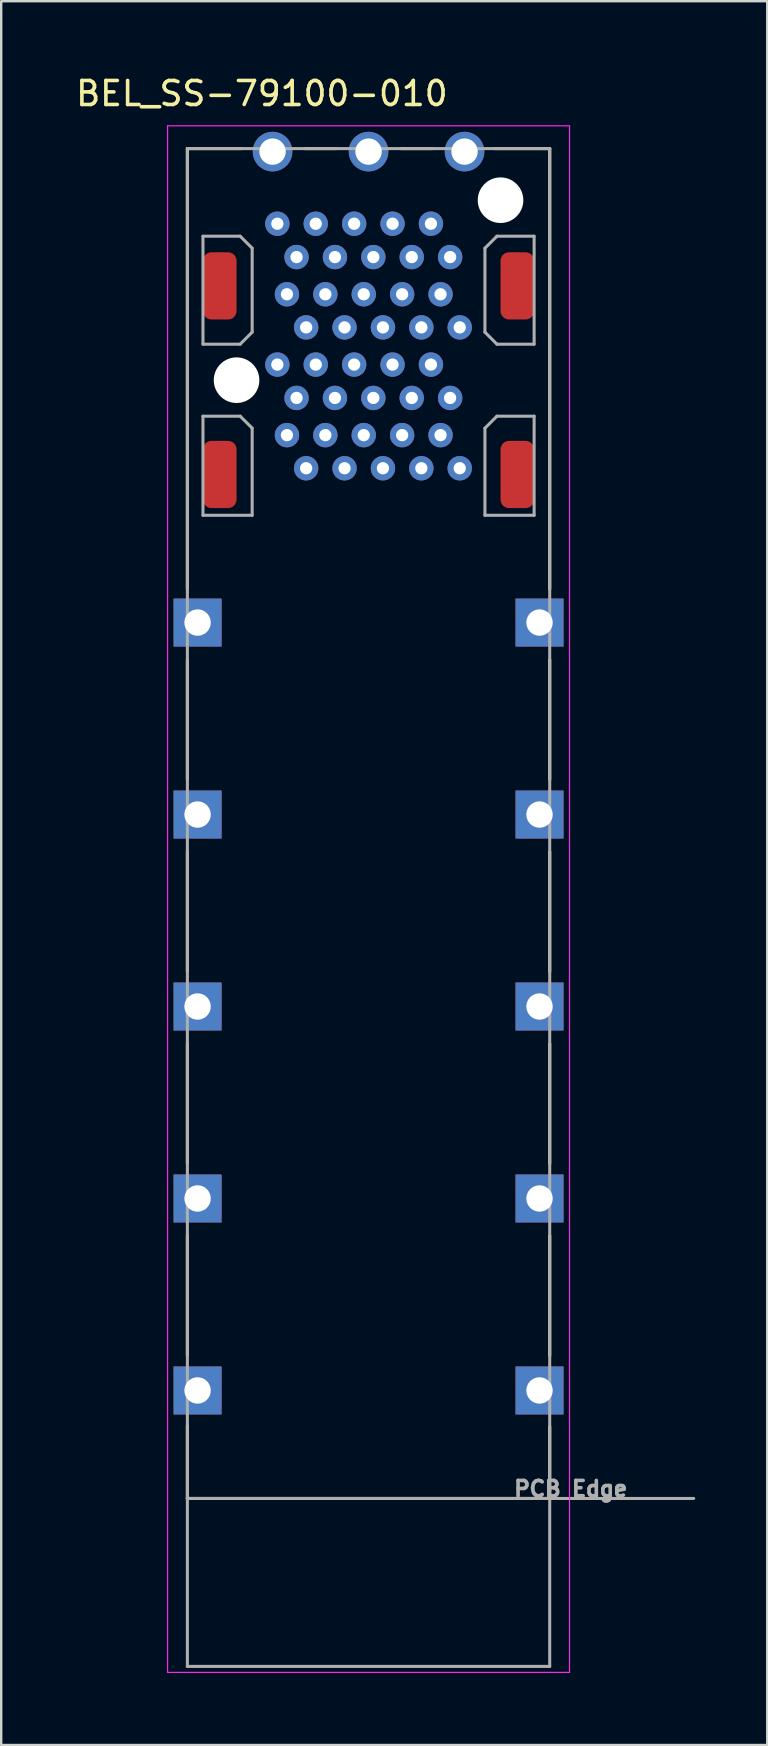
<source format=kicad_pcb>
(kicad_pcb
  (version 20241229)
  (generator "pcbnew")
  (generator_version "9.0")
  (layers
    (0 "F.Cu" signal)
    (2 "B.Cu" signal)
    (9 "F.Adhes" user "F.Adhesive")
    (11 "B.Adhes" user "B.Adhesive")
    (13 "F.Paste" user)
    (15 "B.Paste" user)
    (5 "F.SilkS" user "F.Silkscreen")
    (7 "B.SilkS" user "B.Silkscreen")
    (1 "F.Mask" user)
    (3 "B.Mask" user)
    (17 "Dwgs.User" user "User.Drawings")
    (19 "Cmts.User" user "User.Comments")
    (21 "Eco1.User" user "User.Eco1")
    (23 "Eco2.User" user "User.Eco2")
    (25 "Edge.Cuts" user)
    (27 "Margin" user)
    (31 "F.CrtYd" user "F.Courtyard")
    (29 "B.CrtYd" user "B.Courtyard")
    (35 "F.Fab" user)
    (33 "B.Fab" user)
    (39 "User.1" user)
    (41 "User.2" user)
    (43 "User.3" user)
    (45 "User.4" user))
  (footprint "BEL_SS-79100-010"
    (layer "F.Cu")
    (at 12.308 5.293)
    (property "Reference" "BEL_SS-79100-010" (at -4.445 -4.445 0) (layer "F.SilkS") (effects (font (size 1 1) (thickness 0.15))))
    (attr through_hole)
    (fp_line (start -7.55 -2.15) (end -7.55 16.2) (stroke (width 0.127) (type solid)) (layer "F.SilkS"))
    (fp_line (start -7.55 19.15) (end -7.55 24.15) (stroke (width 0.127) (type solid)) (layer "F.SilkS"))
    (fp_line (start -7.55 27.15) (end -7.55 32.15) (stroke (width 0.127) (type solid)) (layer "F.SilkS"))
    (fp_line (start -7.55 35.15) (end -7.55 40.15) (stroke (width 0.127) (type solid)) (layer "F.SilkS"))
    (fp_line (start -7.55 43.15) (end -7.55 48.15) (stroke (width 0.127) (type solid)) (layer "F.SilkS"))
    (fp_line (start -7.55 51.05) (end -7.55 54.1) (stroke (width 0.127) (type solid)) (layer "F.SilkS"))
    (fp_line (start -7.55 54.1) (end 7.55 54.1) (stroke (width 0.127) (type solid)) (layer "F.SilkS"))
    (fp_line (start -5.3 -2.15) (end -7.55 -2.15) (stroke (width 0.127) (type solid)) (layer "F.SilkS"))
    (fp_line (start -2.65 -2.15) (end -1.35 -2.15) (stroke (width 0.127) (type solid)) (layer "F.SilkS"))
    (fp_line (start 1.35 -2.15) (end 2.65 -2.15) (stroke (width 0.127) (type solid)) (layer "F.SilkS"))
    (fp_line (start 7.55 -2.15) (end 5.25 -2.15) (stroke (width 0.127) (type solid)) (layer "F.SilkS"))
    (fp_line (start 7.55 -2.15) (end 7.55 16.2) (stroke (width 0.127) (type solid)) (layer "F.SilkS"))
    (fp_line (start 7.55 19.15) (end 7.55 24.15) (stroke (width 0.127) (type solid)) (layer "F.SilkS"))
    (fp_line (start 7.55 27.15) (end 7.55 32.15) (stroke (width 0.127) (type solid)) (layer "F.SilkS"))
    (fp_line (start 7.55 35.15) (end 7.55 40.15) (stroke (width 0.127) (type solid)) (layer "F.SilkS"))
    (fp_line (start 7.55 43.15) (end 7.55 48.15) (stroke (width 0.127) (type solid)) (layer "F.SilkS"))
    (fp_line (start 7.55 54.1) (end 7.55 51.1) (stroke (width 0.127) (type solid)) (layer "F.SilkS"))
    (fp_line (start -8.375 -3.1) (end 8.375 -3.1) (stroke (width 0.05) (type solid)) (layer "F.CrtYd"))
    (fp_line (start -8.375 61.35) (end -8.375 -3.1) (stroke (width 0.05) (type solid)) (layer "F.CrtYd"))
    (fp_line (start 8.375 -3.1) (end 8.375 61.35) (stroke (width 0.05) (type solid)) (layer "F.CrtYd"))
    (fp_line (start 8.375 61.35) (end -8.375 61.35) (stroke (width 0.05) (type solid)) (layer "F.CrtYd"))
    (fp_line (start -7.55 -2.15) (end 7.55 -2.15) (stroke (width 0.127) (type solid)) (layer "F.Fab"))
    (fp_line (start -7.55 54.1) (end -7.55 -2.15) (stroke (width 0.127) (type solid)) (layer "F.Fab"))
    (fp_line (start -7.55 54.1) (end 13.55 54.1) (stroke (width 0.127) (type solid)) (layer "F.Fab"))
    (fp_line (start -7.55 61.1) (end -7.55 54.1) (stroke (width 0.127) (type solid)) (layer "F.Fab"))
    (fp_line (start -6.9 1.5) (end -6.9 6) (stroke (width 0.127) (type solid)) (layer "F.Fab"))
    (fp_line (start -6.9 6) (end -5.35 6) (stroke (width 0.127) (type solid)) (layer "F.Fab"))
    (fp_line (start -6.9 9) (end -6.9 13.13) (stroke (width 0.127) (type solid)) (layer "F.Fab"))
    (fp_line (start -6.9 13.13) (end -4.85 13.13) (stroke (width 0.127) (type solid)) (layer "F.Fab"))
    (fp_line (start -5.35 1.5) (end -6.9 1.5) (stroke (width 0.127) (type solid)) (layer "F.Fab"))
    (fp_line (start -5.35 6) (end -4.85 5.5) (stroke (width 0.127) (type solid)) (layer "F.Fab"))
    (fp_line (start -5.35 9) (end -6.9 9) (stroke (width 0.127) (type solid)) (layer "F.Fab"))
    (fp_line (start -4.85 2) (end -5.35 1.5) (stroke (width 0.127) (type solid)) (layer "F.Fab"))
    (fp_line (start -4.85 5.5) (end -4.85 2) (stroke (width 0.127) (type solid)) (layer "F.Fab"))
    (fp_line (start -4.85 9.5) (end -5.35 9) (stroke (width 0.127) (type solid)) (layer "F.Fab"))
    (fp_line (start -4.85 13.13) (end -4.85 9.5) (stroke (width 0.127) (type solid)) (layer "F.Fab"))
    (fp_line (start 4.85 2) (end 5.35 1.5) (stroke (width 0.127) (type solid)) (layer "F.Fab"))
    (fp_line (start 4.85 5.5) (end 4.85 2) (stroke (width 0.127) (type solid)) (layer "F.Fab"))
    (fp_line (start 4.85 9.5) (end 5.35 9) (stroke (width 0.127) (type solid)) (layer "F.Fab"))
    (fp_line (start 4.85 13.13) (end 4.85 9.5) (stroke (width 0.127) (type solid)) (layer "F.Fab"))
    (fp_line (start 5.35 1.5) (end 6.9 1.5) (stroke (width 0.127) (type solid)) (layer "F.Fab"))
    (fp_line (start 5.35 6) (end 4.85 5.5) (stroke (width 0.127) (type solid)) (layer "F.Fab"))
    (fp_line (start 5.35 9) (end 6.9 9) (stroke (width 0.127) (type solid)) (layer "F.Fab"))
    (fp_line (start 6.9 1.5) (end 6.9 6) (stroke (width 0.127) (type solid)) (layer "F.Fab"))
    (fp_line (start 6.9 6) (end 5.35 6) (stroke (width 0.127) (type solid)) (layer "F.Fab"))
    (fp_line (start 6.9 9) (end 6.9 13.13) (stroke (width 0.127) (type solid)) (layer "F.Fab"))
    (fp_line (start 6.9 13.13) (end 4.85 13.13) (stroke (width 0.127) (type solid)) (layer "F.Fab"))
    (fp_line (start 7.55 -2.15) (end 7.55 61.1) (stroke (width 0.127) (type solid)) (layer "F.Fab"))
    (fp_line (start 7.55 61.1) (end -7.55 61.1) (stroke (width 0.127) (type solid)) (layer "F.Fab"))
    (fp_text user "PCB Edge" (at 8.425 53.7 0) (layer "F.Fab") (effects (font (size 0.64 0.64) (thickness 0.15))))
    (pad "" np_thru_hole circle (at -5.5 7.5) (size 1.9 1.9) (drill 1.9) (layers "*.Cu" "*.Mask"))
    (pad "" np_thru_hole circle (at 5.5 0) (size 1.9 1.9) (drill 1.9) (layers "*.Cu" "*.Mask"))
    (pad "1" smd roundrect (at -6.2 11.43) (size 1.4 2.8) (layers "F.Cu" "F.Mask" "F.Paste") (roundrect_rratio 0.25))
    (pad "2" smd roundrect (at -6.2 3.57) (size 1.4 2.8) (layers "F.Cu" "F.Mask" "F.Paste") (roundrect_rratio 0.25))
    (pad "3" smd roundrect (at 6.2 3.57) (size 1.4 2.8) (layers "F.Cu" "F.Mask" "F.Paste") (roundrect_rratio 0.25))
    (pad "4" smd roundrect (at 6.2 11.43) (size 1.4 2.8) (layers "F.Cu" "F.Mask" "F.Paste") (roundrect_rratio 0.25))
    (pad "L1" thru_hole circle (at 3.4 8.24) (size 1.018 1.018) (drill 0.51) (layers "*.Cu" "*.Mask"))
    (pad "L2" thru_hole circle (at 2.6 6.85) (size 1.018 1.018) (drill 0.51) (layers "*.Cu" "*.Mask"))
    (pad "L3" thru_hole circle (at 1.8 8.24) (size 1.018 1.018) (drill 0.51) (layers "*.Cu" "*.Mask"))
    (pad "L4" thru_hole circle (at 1 6.85) (size 1.018 1.018) (drill 0.51) (layers "*.Cu" "*.Mask"))
    (pad "L5" thru_hole circle (at 0.2 8.24) (size 1.018 1.018) (drill 0.51) (layers "*.Cu" "*.Mask"))
    (pad "L6" thru_hole circle (at -0.6 6.85) (size 1.018 1.018) (drill 0.51) (layers "*.Cu" "*.Mask"))
    (pad "L7" thru_hole circle (at -1.4 8.24) (size 1.018 1.018) (drill 0.51) (layers "*.Cu" "*.Mask"))
    (pad "L8" thru_hole circle (at -2.2 6.85) (size 1.018 1.018) (drill 0.51) (layers "*.Cu" "*.Mask"))
    (pad "L9" thru_hole circle (at -3 8.24) (size 1.018 1.018) (drill 0.51) (layers "*.Cu" "*.Mask"))
    (pad "L10" thru_hole circle (at -3.8 6.85) (size 1.018 1.018) (drill 0.51) (layers "*.Cu" "*.Mask"))
    (pad "L11" thru_hole circle (at -3.4 9.79) (size 1.018 1.018) (drill 0.51) (layers "*.Cu" "*.Mask"))
    (pad "L12" thru_hole circle (at -2.6 11.17) (size 1.018 1.018) (drill 0.51) (layers "*.Cu" "*.Mask"))
    (pad "L13" thru_hole circle (at -1.8 9.79) (size 1.018 1.018) (drill 0.51) (layers "*.Cu" "*.Mask"))
    (pad "L14" thru_hole circle (at -1 11.17) (size 1.018 1.018) (drill 0.51) (layers "*.Cu" "*.Mask"))
    (pad "L15" thru_hole circle (at -0.2 9.79) (size 1.018 1.018) (drill 0.51) (layers "*.Cu" "*.Mask"))
    (pad "L16" thru_hole circle (at 0.6 11.17) (size 1.018 1.018) (drill 0.51) (layers "*.Cu" "*.Mask"))
    (pad "L17" thru_hole circle (at 1.4 9.79) (size 1.018 1.018) (drill 0.51) (layers "*.Cu" "*.Mask"))
    (pad "L18" thru_hole circle (at 2.2 11.17) (size 1.018 1.018) (drill 0.51) (layers "*.Cu" "*.Mask"))
    (pad "L19" thru_hole circle (at 3 9.79) (size 1.018 1.018) (drill 0.51) (layers "*.Cu" "*.Mask"))
    (pad "L20" thru_hole circle (at 3.8 11.17) (size 1.018 1.018) (drill 0.51) (layers "*.Cu" "*.Mask"))
    (pad "S1" thru_hole circle (at -4 -2.025) (size 1.65 1.65) (drill 1.1) (layers "*.Cu" "*.Mask"))
    (pad "S2" thru_hole circle (at 0 -2.025) (size 1.65 1.65) (drill 1.1) (layers "*.Cu" "*.Mask"))
    (pad "S3" thru_hole circle (at 4 -2.025) (size 1.65 1.65) (drill 1.1) (layers "*.Cu" "*.Mask"))
    (pad "S4" thru_hole rect (at 7.125 17.6) (size 2 2) (drill 1.1) (layers "*.Cu" "*.Mask"))
    (pad "S5" thru_hole rect (at 7.125 25.6) (size 2 2) (drill 1.1) (layers "*.Cu" "*.Mask"))
    (pad "S6" thru_hole rect (at 7.125 33.6) (size 2 2) (drill 1.1) (layers "*.Cu" "*.Mask"))
    (pad "S7" thru_hole rect (at 7.125 41.6) (size 2 2) (drill 1.1) (layers "*.Cu" "*.Mask"))
    (pad "S8" thru_hole rect (at 7.125 49.6) (size 2 2) (drill 1.1) (layers "*.Cu" "*.Mask"))
    (pad "S9" thru_hole rect (at -7.125 49.6) (size 2 2) (drill 1.1) (layers "*.Cu" "*.Mask"))
    (pad "S10" thru_hole rect (at -7.125 41.6) (size 2 2) (drill 1.1) (layers "*.Cu" "*.Mask"))
    (pad "S11" thru_hole rect (at -7.125 33.6) (size 2 2) (drill 1.1) (layers "*.Cu" "*.Mask"))
    (pad "S12" thru_hole rect (at -7.125 25.6) (size 2 2) (drill 1.1) (layers "*.Cu" "*.Mask"))
    (pad "S13" thru_hole rect (at -7.125 17.6) (size 2 2) (drill 1.1) (layers "*.Cu" "*.Mask"))
    (pad "T1" thru_hole circle (at -3.4 3.92) (size 1.018 1.018) (drill 0.51) (layers "*.Cu" "*.Mask"))
    (pad "T2" thru_hole circle (at -2.6 5.3) (size 1.018 1.018) (drill 0.51) (layers "*.Cu" "*.Mask"))
    (pad "T3" thru_hole circle (at -1.8 3.92) (size 1.018 1.018) (drill 0.51) (layers "*.Cu" "*.Mask"))
    (pad "T4" thru_hole circle (at -1 5.3) (size 1.018 1.018) (drill 0.51) (layers "*.Cu" "*.Mask"))
    (pad "T5" thru_hole circle (at -0.2 3.92) (size 1.018 1.018) (drill 0.51) (layers "*.Cu" "*.Mask"))
    (pad "T6" thru_hole circle (at 0.6 5.3) (size 1.018 1.018) (drill 0.51) (layers "*.Cu" "*.Mask"))
    (pad "T7" thru_hole circle (at 1.4 3.92) (size 1.018 1.018) (drill 0.51) (layers "*.Cu" "*.Mask"))
    (pad "T8" thru_hole circle (at 2.2 5.3) (size 1.018 1.018) (drill 0.51) (layers "*.Cu" "*.Mask"))
    (pad "T9" thru_hole circle (at 3 3.92) (size 1.018 1.018) (drill 0.51) (layers "*.Cu" "*.Mask"))
    (pad "T10" thru_hole circle (at 3.8 5.3) (size 1.018 1.018) (drill 0.51) (layers "*.Cu" "*.Mask"))
    (pad "T11" thru_hole circle (at 3.4 2.37) (size 1.018 1.018) (drill 0.51) (layers "*.Cu" "*.Mask"))
    (pad "T12" thru_hole circle (at 2.6 0.98) (size 1.018 1.018) (drill 0.51) (layers "*.Cu" "*.Mask"))
    (pad "T13" thru_hole circle (at 1.8 2.37) (size 1.018 1.018) (drill 0.51) (layers "*.Cu" "*.Mask"))
    (pad "T14" thru_hole circle (at 1 0.98) (size 1.018 1.018) (drill 0.51) (layers "*.Cu" "*.Mask"))
    (pad "T15" thru_hole circle (at 0.2 2.37) (size 1.018 1.018) (drill 0.51) (layers "*.Cu" "*.Mask"))
    (pad "T16" thru_hole circle (at -0.6 0.98) (size 1.018 1.018) (drill 0.51) (layers "*.Cu" "*.Mask"))
    (pad "T17" thru_hole circle (at -1.4 2.37) (size 1.018 1.018) (drill 0.51) (layers "*.Cu" "*.Mask"))
    (pad "T18" thru_hole circle (at -2.2 0.98) (size 1.018 1.018) (drill 0.51) (layers "*.Cu" "*.Mask"))
    (pad "T19" thru_hole circle (at -3 2.37) (size 1.018 1.018) (drill 0.51) (layers "*.Cu" "*.Mask"))
    (pad "T20" thru_hole circle (at -3.8 0.98) (size 1.018 1.018) (drill 0.51) (layers "*.Cu" "*.Mask"))
    (zone (net_name "") (layer "F.Cu") (hatch full 0.508) (connect_pads) (min_thickness 0.01) (filled_areas_thickness no) (keepout (tracks not_allowed) (vias not_allowed) (pads not_allowed) (copperpour not_allowed) (footprints allowed)) (placement (enabled no)) (fill) (polygon (pts (xy 4.183 2.718) (xy 5.408 2.718) (xy 5.408 18.418) (xy 4.183 18.418))))
    (zone (net_name "") (layer "F.Cu") (hatch full 0.508) (connect_pads) (min_thickness 0.01) (filled_areas_thickness no) (keepout (tracks not_allowed) (vias not_allowed) (pads not_allowed) (copperpour not_allowed) (footprints allowed)) (placement (enabled no)) (fill) (polygon (pts (xy 4.183 18.423) (xy 20.433 18.423) (xy 20.433 21.893) (xy 4.183 21.893))))
    (zone (net_name "") (layer "F.Cu") (hatch full 0.508) (connect_pads) (min_thickness 0.01) (filled_areas_thickness no) (keepout (tracks not_allowed) (vias not_allowed) (pads not_allowed) (copperpour not_allowed) (footprints allowed)) (placement (enabled no)) (fill) (polygon (pts (xy 4.183 23.893) (xy 6.183 23.893) (xy 6.183 29.893) (xy 4.183 29.893))))
    (zone (net_name "") (layer "F.Cu") (hatch full 0.508) (connect_pads) (min_thickness 0.01) (filled_areas_thickness no) (keepout (tracks not_allowed) (vias not_allowed) (pads not_allowed) (copperpour not_allowed) (footprints allowed)) (placement (enabled no)) (fill) (polygon (pts (xy 4.183 31.893) (xy 6.183 31.893) (xy 6.183 37.893) (xy 4.183 37.893))))
    (zone (net_name "") (layer "F.Cu") (hatch full 0.508) (connect_pads) (min_thickness 0.01) (filled_areas_thickness no) (keepout (tracks not_allowed) (vias not_allowed) (pads not_allowed) (copperpour not_allowed) (footprints allowed)) (placement (enabled no)) (fill) (polygon (pts (xy 4.183 39.893) (xy 6.183 39.893) (xy 6.183 45.893) (xy 4.183 45.893))))
    (zone (net_name "") (layer "F.Cu") (hatch full 0.508) (connect_pads) (min_thickness 0.01) (filled_areas_thickness no) (keepout (tracks not_allowed) (vias not_allowed) (pads not_allowed) (copperpour not_allowed) (footprints allowed)) (placement (enabled no)) (fill) (polygon (pts (xy 4.183 47.893) (xy 6.183 47.893) (xy 6.183 53.893) (xy 4.183 53.893))))
    (zone (net_name "") (layer "F.Cu") (hatch full 0.508) (connect_pads) (min_thickness 0.01) (filled_areas_thickness no) (keepout (tracks not_allowed) (vias not_allowed) (pads not_allowed) (copperpour not_allowed) (footprints allowed)) (placement (enabled no)) (fill) (polygon (pts (xy 4.183 55.893) (xy 6.183 55.893) (xy 6.183 59.393) (xy 4.183 59.393))))
    (zone (net_name "") (layer "F.Cu") (hatch full 0.508) (connect_pads) (min_thickness 0.01) (filled_areas_thickness no) (keepout (tracks not_allowed) (vias not_allowed) (pads not_allowed) (copperpour not_allowed) (footprints allowed)) (placement (enabled no)) (fill) (polygon (pts (xy 5.408 2.718) (xy 8.058 2.718) (xy 8.058 6.793) (xy 5.408 6.793))))
    (zone (net_name "") (layer "F.Cu") (hatch full 0.508) (connect_pads) (min_thickness 0.01) (filled_areas_thickness no) (keepout (tracks not_allowed) (vias not_allowed) (pads not_allowed) (copperpour not_allowed) (footprints allowed)) (placement (enabled no)) (fill) (polygon (pts (xy 5.408 11.293) (xy 8.058 11.293) (xy 8.058 14.293) (xy 5.408 14.293))))
    (zone (net_name "") (layer "F.Cu") (hatch full 0.508) (connect_pads) (min_thickness 0.01) (filled_areas_thickness no) (keepout (tracks not_allowed) (vias not_allowed) (pads not_allowed) (copperpour not_allowed) (footprints allowed)) (placement (enabled no)) (fill) (polygon (pts (xy 6.183 21.893) (xy 18.433 21.893) (xy 18.433 59.393) (xy 6.183 59.393))))
    (zone (net_name "") (layer "F.Cu") (hatch full 0.508) (connect_pads) (min_thickness 0.01) (filled_areas_thickness no) (keepout (tracks not_allowed) (vias not_allowed) (pads not_allowed) (copperpour not_allowed) (footprints allowed)) (placement (enabled no)) (fill) (polygon (pts (xy 7.458 6.793) (xy 8.058 6.793) (xy 8.058 11.293) (xy 7.458 11.293))))
    (zone (net_name "") (layer "F.Cu") (hatch full 0.508) (connect_pads) (min_thickness 0.01) (filled_areas_thickness no) (keepout (tracks not_allowed) (vias not_allowed) (pads not_allowed) (copperpour not_allowed) (footprints allowed)) (placement (enabled no)) (fill) (polygon (pts (xy 7.458 14.293) (xy 8.058 14.293) (xy 8.058 18.423) (xy 7.458 18.423))))
    (zone (net_name "") (layer "F.Cu") (hatch full 0.508) (connect_pads) (min_thickness 0.01) (filled_areas_thickness no) (keepout (tracks not_allowed) (vias not_allowed) (pads not_allowed) (copperpour not_allowed) (footprints allowed)) (placement (enabled no)) (fill) (polygon (pts (xy 16.558 2.718) (xy 19.208 2.718) (xy 19.208 6.793) (xy 16.558 6.793))))
    (zone (net_name "") (layer "F.Cu") (hatch full 0.508) (connect_pads) (min_thickness 0.01) (filled_areas_thickness no) (keepout (tracks not_allowed) (vias not_allowed) (pads not_allowed) (copperpour not_allowed) (footprints allowed)) (placement (enabled no)) (fill) (polygon (pts (xy 16.558 6.793) (xy 17.158 6.793) (xy 17.158 11.293) (xy 16.558 11.293))))
    (zone (net_name "") (layer "F.Cu") (hatch full 0.508) (connect_pads) (min_thickness 0.01) (filled_areas_thickness no) (keepout (tracks not_allowed) (vias not_allowed) (pads not_allowed) (copperpour not_allowed) (footprints allowed)) (placement (enabled no)) (fill) (polygon (pts (xy 16.558 11.293) (xy 19.208 11.293) (xy 19.208 14.293) (xy 16.558 14.293))))
    (zone (net_name "") (layer "F.Cu") (hatch full 0.508) (connect_pads) (min_thickness 0.01) (filled_areas_thickness no) (keepout (tracks not_allowed) (vias not_allowed) (pads not_allowed) (copperpour not_allowed) (footprints allowed)) (placement (enabled no)) (fill) (polygon (pts (xy 16.558 14.293) (xy 17.158 14.293) (xy 17.158 18.423) (xy 16.558 18.423))))
    (zone (net_name "") (layer "F.Cu") (hatch full 0.508) (connect_pads) (min_thickness 0.01) (filled_areas_thickness no) (keepout (tracks not_allowed) (vias not_allowed) (pads not_allowed) (copperpour not_allowed) (footprints allowed)) (placement (enabled no)) (fill) (polygon (pts (xy 18.433 23.893) (xy 20.433 23.893) (xy 20.433 29.893) (xy 18.433 29.893))))
    (zone (net_name "") (layer "F.Cu") (hatch full 0.508) (connect_pads) (min_thickness 0.01) (filled_areas_thickness no) (keepout (tracks not_allowed) (vias not_allowed) (pads not_allowed) (copperpour not_allowed) (footprints allowed)) (placement (enabled no)) (fill) (polygon (pts (xy 18.433 31.893) (xy 20.433 31.893) (xy 20.433 37.893) (xy 18.433 37.893))))
    (zone (net_name "") (layer "F.Cu") (hatch full 0.508) (connect_pads) (min_thickness 0.01) (filled_areas_thickness no) (keepout (tracks not_allowed) (vias not_allowed) (pads not_allowed) (copperpour not_allowed) (footprints allowed)) (placement (enabled no)) (fill) (polygon (pts (xy 18.433 39.893) (xy 20.433 39.893) (xy 20.433 45.893) (xy 18.433 45.893))))
    (zone (net_name "") (layer "F.Cu") (hatch full 0.508) (connect_pads) (min_thickness 0.01) (filled_areas_thickness no) (keepout (tracks not_allowed) (vias not_allowed) (pads not_allowed) (copperpour not_allowed) (footprints allowed)) (placement (enabled no)) (fill) (polygon (pts (xy 18.433 47.893) (xy 20.433 47.893) (xy 20.433 53.893) (xy 18.433 53.893))))
    (zone (net_name "") (layer "F.Cu") (hatch full 0.508) (connect_pads) (min_thickness 0.01) (filled_areas_thickness no) (keepout (tracks not_allowed) (vias not_allowed) (pads not_allowed) (copperpour not_allowed) (footprints allowed)) (placement (enabled no)) (fill) (polygon (pts (xy 18.433 55.893) (xy 20.433 55.893) (xy 20.433 59.393) (xy 18.433 59.393))))
    (zone (net_name "") (layer "F.Cu") (hatch full 0.508) (connect_pads) (min_thickness 0.01) (filled_areas_thickness no) (keepout (tracks not_allowed) (vias not_allowed) (pads not_allowed) (copperpour not_allowed) (footprints allowed)) (placement (enabled no)) (fill) (polygon (pts (xy 19.208 2.718) (xy 20.433 2.718) (xy 20.433 18.418) (xy 19.208 18.418))))
    (zone (net_name "") (layers "F.Cu" "B.Cu") (hatch full 0.508) (connect_pads) (min_thickness 0.01) (filled_areas_thickness no) (keepout (tracks allowed) (vias not_allowed) (pads allowed) (copperpour allowed) (footprints allowed)) (placement (enabled no)) (fill) (polygon (pts (xy 4.183 2.718) (xy 5.408 2.718) (xy 5.408 18.418) (xy 4.183 18.418))))
    (zone (net_name "") (layers "F.Cu" "B.Cu") (hatch full 0.508) (connect_pads) (min_thickness 0.01) (filled_areas_thickness no) (keepout (tracks allowed) (vias not_allowed) (pads allowed) (copperpour allowed) (footprints allowed)) (placement (enabled no)) (fill) (polygon (pts (xy 4.183 18.423) (xy 20.433 18.423) (xy 20.433 21.893) (xy 4.183 21.893))))
    (zone (net_name "") (layers "F.Cu" "B.Cu") (hatch full 0.508) (connect_pads) (min_thickness 0.01) (filled_areas_thickness no) (keepout (tracks allowed) (vias not_allowed) (pads allowed) (copperpour allowed) (footprints allowed)) (placement (enabled no)) (fill) (polygon (pts (xy 4.183 23.893) (xy 6.183 23.893) (xy 6.183 29.893) (xy 4.183 29.893))))
    (zone (net_name "") (layers "F.Cu" "B.Cu") (hatch full 0.508) (connect_pads) (min_thickness 0.01) (filled_areas_thickness no) (keepout (tracks allowed) (vias not_allowed) (pads allowed) (copperpour allowed) (footprints allowed)) (placement (enabled no)) (fill) (polygon (pts (xy 4.183 31.893) (xy 6.183 31.893) (xy 6.183 37.893) (xy 4.183 37.893))))
    (zone (net_name "") (layers "F.Cu" "B.Cu") (hatch full 0.508) (connect_pads) (min_thickness 0.01) (filled_areas_thickness no) (keepout (tracks allowed) (vias not_allowed) (pads allowed) (copperpour allowed) (footprints allowed)) (placement (enabled no)) (fill) (polygon (pts (xy 4.183 39.893) (xy 6.183 39.893) (xy 6.183 45.893) (xy 4.183 45.893))))
    (zone (net_name "") (layers "F.Cu" "B.Cu") (hatch full 0.508) (connect_pads) (min_thickness 0.01) (filled_areas_thickness no) (keepout (tracks allowed) (vias not_allowed) (pads allowed) (copperpour allowed) (footprints allowed)) (placement (enabled no)) (fill) (polygon (pts (xy 4.183 47.893) (xy 6.183 47.893) (xy 6.183 53.893) (xy 4.183 53.893))))
    (zone (net_name "") (layers "F.Cu" "B.Cu") (hatch full 0.508) (connect_pads) (min_thickness 0.01) (filled_areas_thickness no) (keepout (tracks allowed) (vias not_allowed) (pads allowed) (copperpour allowed) (footprints allowed)) (placement (enabled no)) (fill) (polygon (pts (xy 4.183 55.893) (xy 6.183 55.893) (xy 6.183 59.393) (xy 4.183 59.393))))
    (zone (net_name "") (layers "F.Cu" "B.Cu") (hatch full 0.508) (connect_pads) (min_thickness 0.01) (filled_areas_thickness no) (keepout (tracks allowed) (vias not_allowed) (pads allowed) (copperpour allowed) (footprints allowed)) (placement (enabled no)) (fill) (polygon (pts (xy 5.408 2.718) (xy 8.058 2.718) (xy 8.058 6.793) (xy 5.408 6.793))))
    (zone (net_name "") (layers "F.Cu" "B.Cu") (hatch full 0.508) (connect_pads) (min_thickness 0.01) (filled_areas_thickness no) (keepout (tracks allowed) (vias not_allowed) (pads allowed) (copperpour allowed) (footprints allowed)) (placement (enabled no)) (fill) (polygon (pts (xy 5.408 11.293) (xy 8.058 11.293) (xy 8.058 14.293) (xy 5.408 14.293))))
    (zone (net_name "") (layers "F.Cu" "B.Cu") (hatch full 0.508) (connect_pads) (min_thickness 0.01) (filled_areas_thickness no) (keepout (tracks allowed) (vias not_allowed) (pads allowed) (copperpour allowed) (footprints allowed)) (placement (enabled no)) (fill) (polygon (pts (xy 6.183 21.893) (xy 18.433 21.893) (xy 18.433 59.393) (xy 6.183 59.393))))
    (zone (net_name "") (layers "F.Cu" "B.Cu") (hatch full 0.508) (connect_pads) (min_thickness 0.01) (filled_areas_thickness no) (keepout (tracks allowed) (vias not_allowed) (pads allowed) (copperpour allowed) (footprints allowed)) (placement (enabled no)) (fill) (polygon (pts (xy 7.458 6.793) (xy 8.058 6.793) (xy 8.058 11.293) (xy 7.458 11.293))))
    (zone (net_name "") (layers "F.Cu" "B.Cu") (hatch full 0.508) (connect_pads) (min_thickness 0.01) (filled_areas_thickness no) (keepout (tracks allowed) (vias not_allowed) (pads allowed) (copperpour allowed) (footprints allowed)) (placement (enabled no)) (fill) (polygon (pts (xy 7.458 14.293) (xy 8.058 14.293) (xy 8.058 18.423) (xy 7.458 18.423))))
    (zone (net_name "") (layers "F.Cu" "B.Cu") (hatch full 0.508) (connect_pads) (min_thickness 0.01) (filled_areas_thickness no) (keepout (tracks allowed) (vias not_allowed) (pads allowed) (copperpour allowed) (footprints allowed)) (placement (enabled no)) (fill) (polygon (pts (xy 16.558 2.718) (xy 19.208 2.718) (xy 19.208 6.793) (xy 16.558 6.793))))
    (zone (net_name "") (layers "F.Cu" "B.Cu") (hatch full 0.508) (connect_pads) (min_thickness 0.01) (filled_areas_thickness no) (keepout (tracks allowed) (vias not_allowed) (pads allowed) (copperpour allowed) (footprints allowed)) (placement (enabled no)) (fill) (polygon (pts (xy 16.558 6.793) (xy 17.158 6.793) (xy 17.158 11.293) (xy 16.558 11.293))))
    (zone (net_name "") (layers "F.Cu" "B.Cu") (hatch full 0.508) (connect_pads) (min_thickness 0.01) (filled_areas_thickness no) (keepout (tracks allowed) (vias not_allowed) (pads allowed) (copperpour allowed) (footprints allowed)) (placement (enabled no)) (fill) (polygon (pts (xy 16.558 11.293) (xy 19.208 11.293) (xy 19.208 14.293) (xy 16.558 14.293))))
    (zone (net_name "") (layers "F.Cu" "B.Cu") (hatch full 0.508) (connect_pads) (min_thickness 0.01) (filled_areas_thickness no) (keepout (tracks allowed) (vias not_allowed) (pads allowed) (copperpour allowed) (footprints allowed)) (placement (enabled no)) (fill) (polygon (pts (xy 16.558 14.293) (xy 17.158 14.293) (xy 17.158 18.423) (xy 16.558 18.423))))
    (zone (net_name "") (layers "F.Cu" "B.Cu") (hatch full 0.508) (connect_pads) (min_thickness 0.01) (filled_areas_thickness no) (keepout (tracks allowed) (vias not_allowed) (pads allowed) (copperpour allowed) (footprints allowed)) (placement (enabled no)) (fill) (polygon (pts (xy 18.433 23.893) (xy 20.433 23.893) (xy 20.433 29.893) (xy 18.433 29.893))))
    (zone (net_name "") (layers "F.Cu" "B.Cu") (hatch full 0.508) (connect_pads) (min_thickness 0.01) (filled_areas_thickness no) (keepout (tracks allowed) (vias not_allowed) (pads allowed) (copperpour allowed) (footprints allowed)) (placement (enabled no)) (fill) (polygon (pts (xy 18.433 31.893) (xy 20.433 31.893) (xy 20.433 37.893) (xy 18.433 37.893))))
    (zone (net_name "") (layers "F.Cu" "B.Cu") (hatch full 0.508) (connect_pads) (min_thickness 0.01) (filled_areas_thickness no) (keepout (tracks allowed) (vias not_allowed) (pads allowed) (copperpour allowed) (footprints allowed)) (placement (enabled no)) (fill) (polygon (pts (xy 18.433 39.893) (xy 20.433 39.893) (xy 20.433 45.893) (xy 18.433 45.893))))
    (zone (net_name "") (layers "F.Cu" "B.Cu") (hatch full 0.508) (connect_pads) (min_thickness 0.01) (filled_areas_thickness no) (keepout (tracks allowed) (vias not_allowed) (pads allowed) (copperpour allowed) (footprints allowed)) (placement (enabled no)) (fill) (polygon (pts (xy 18.433 47.893) (xy 20.433 47.893) (xy 20.433 53.893) (xy 18.433 53.893))))
    (zone (net_name "") (layers "F.Cu" "B.Cu") (hatch full 0.508) (connect_pads) (min_thickness 0.01) (filled_areas_thickness no) (keepout (tracks allowed) (vias not_allowed) (pads allowed) (copperpour allowed) (footprints allowed)) (placement (enabled no)) (fill) (polygon (pts (xy 18.433 55.893) (xy 20.433 55.893) (xy 20.433 59.393) (xy 18.433 59.393))))
    (zone (net_name "") (layers "F.Cu" "B.Cu") (hatch full 0.508) (connect_pads) (min_thickness 0.01) (filled_areas_thickness no) (keepout (tracks allowed) (vias not_allowed) (pads allowed) (copperpour allowed) (footprints allowed)) (placement (enabled no)) (fill) (polygon (pts (xy 19.208 2.718) (xy 20.433 2.718) (xy 20.433 18.418) (xy 19.208 18.418)))))
  (gr_rect
    (start -3 -3)
    (end 28.922 69.668)
    (stroke (width 0.1) (type default))
    (fill no)
    (layer "Edge.Cuts")))
</source>
